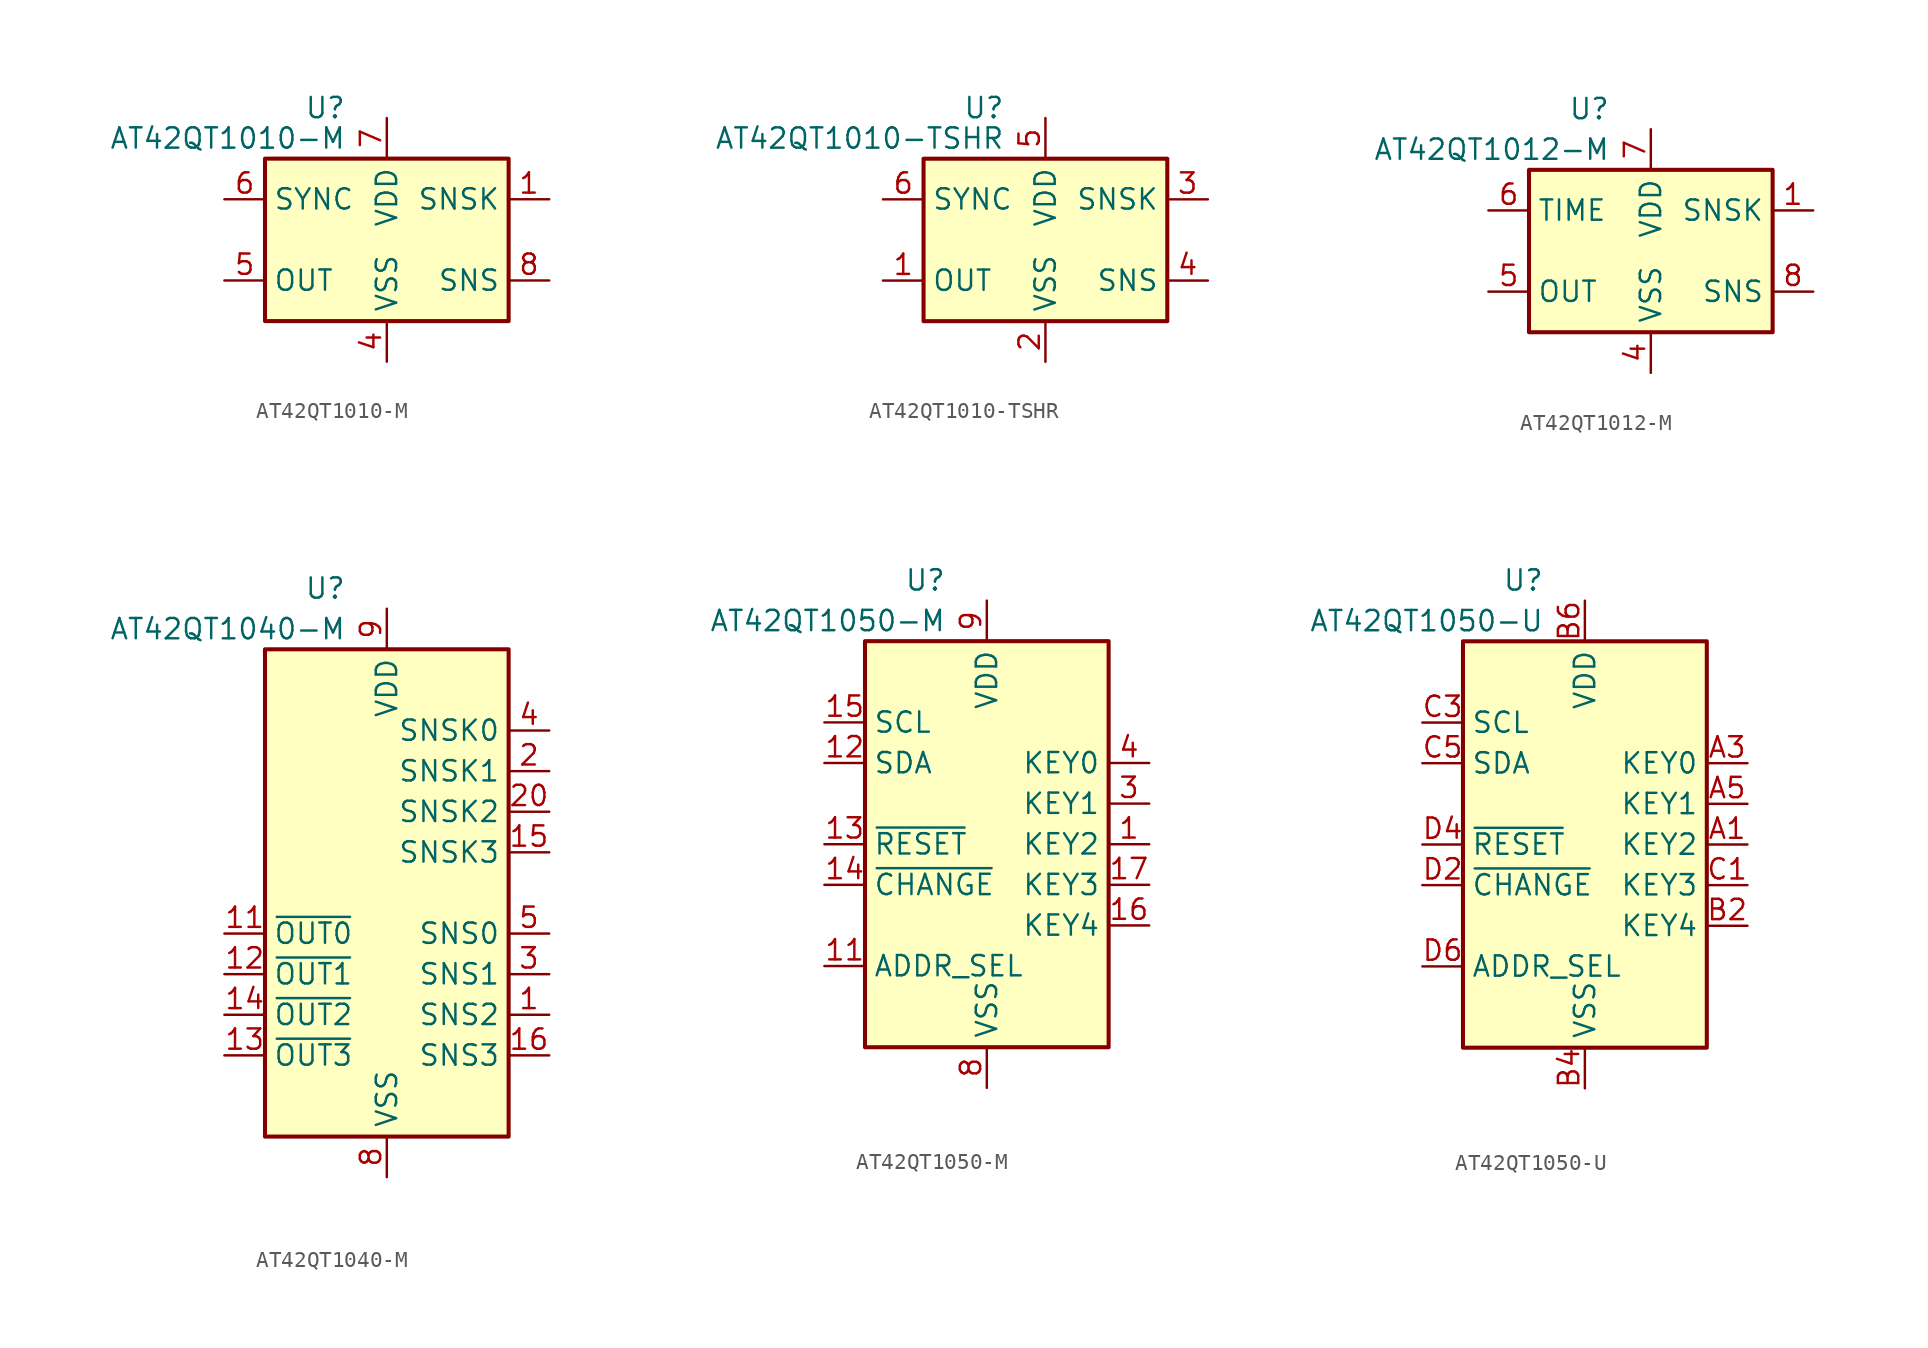
<source format=kicad_sym>
(kicad_symbol_lib
  (version 20211014)
  (generator kicad_symbol_editor)
  (symbol "AT42QT1010-M"
    (property "Reference" "U"
      (at -2.54 8.255 0)
      (effects (font (size 1.27 1.27)) (justify right)))
    (property "Value" "AT42QT1010-M"
      (at -2.54 6.35 0)
      (effects (font (size 1.27 1.27)) (justify right)))
    (symbol "AT42QT1010-M_0_1"
      (rectangle (start -7.62 5.08) (end 7.62 -5.08) (stroke (width 0.254) (type default) (color 0 0 0 0)) (fill (type background))))
    (symbol "AT42QT1010-M_1_1"
      (pin passive line (at 10.16 2.54 180) (length 2.54) (name "SNSK" (effects (font (size 1.27 1.27)))) (number "1" (effects (font (size 1.27 1.27)))))
      (pin no_connect line (at -7.62 0 0) (length 2.54) hide (name "NC" (effects (font (size 1.27 1.27)))) (number "2" (effects (font (size 1.27 1.27)))))
      (pin no_connect line (at 7.62 0 180) (length 2.54) hide (name "NC" (effects (font (size 1.27 1.27)))) (number "3" (effects (font (size 1.27 1.27)))))
      (pin power_in line (at 0 -7.62 90) (length 2.54) (name "VSS" (effects (font (size 1.27 1.27)))) (number "4" (effects (font (size 1.27 1.27)))))
      (pin output line (at -10.16 -2.54 0) (length 2.54) (name "OUT" (effects (font (size 1.27 1.27)))) (number "5" (effects (font (size 1.27 1.27)))))
      (pin input line (at -10.16 2.54 0) (length 2.54) (name "SYNC" (effects (font (size 1.27 1.27)))) (number "6" (effects (font (size 1.27 1.27)))))
      (pin power_in line (at 0 7.62 270) (length 2.54) (name "VDD" (effects (font (size 1.27 1.27)))) (number "7" (effects (font (size 1.27 1.27)))))
      (pin passive line (at 10.16 -2.54 180) (length 2.54) (name "SNS" (effects (font (size 1.27 1.27)))) (number "8" (effects (font (size 1.27 1.27)))))
      (pin passive line (at 0 -7.62 90) (length 2.54) hide (name "VSS" (effects (font (size 1.27 1.27)))) (number "9" (effects (font (size 1.27 1.27)))))))
  (symbol "AT42QT1010-TSHR"
    (property "Reference" "U"
      (at -2.54 8.255 0)
      (effects (font (size 1.27 1.27)) (justify right)))
    (property "Value" "AT42QT1010-TSHR"
      (at -2.54 6.35 0)
      (effects (font (size 1.27 1.27)) (justify right)))
    (symbol "AT42QT1010-TSHR_0_1"
      (rectangle (start -7.62 5.08) (end 7.62 -5.08) (stroke (width 0.254) (type default) (color 0 0 0 0)) (fill (type background))))
    (symbol "AT42QT1010-TSHR_1_1"
      (pin output line (at -10.16 -2.54 0) (length 2.54) (name "OUT" (effects (font (size 1.27 1.27)))) (number "1" (effects (font (size 1.27 1.27)))))
      (pin power_in line (at 0 -7.62 90) (length 2.54) (name "VSS" (effects (font (size 1.27 1.27)))) (number "2" (effects (font (size 1.27 1.27)))))
      (pin passive line (at 10.16 2.54 180) (length 2.54) (name "SNSK" (effects (font (size 1.27 1.27)))) (number "3" (effects (font (size 1.27 1.27)))))
      (pin passive line (at 10.16 -2.54 180) (length 2.54) (name "SNS" (effects (font (size 1.27 1.27)))) (number "4" (effects (font (size 1.27 1.27)))))
      (pin power_in line (at 0 7.62 270) (length 2.54) (name "VDD" (effects (font (size 1.27 1.27)))) (number "5" (effects (font (size 1.27 1.27)))))
      (pin input line (at -10.16 2.54 0) (length 2.54) (name "SYNC" (effects (font (size 1.27 1.27)))) (number "6" (effects (font (size 1.27 1.27)))))))
  (symbol "AT42QT1012-M"
    (property "Reference" "U"
      (at -2.54 8.89 0)
      (effects (font (size 1.27 1.27)) (justify right)))
    (property "Value" "AT42QT1012-M"
      (at -2.54 6.35 0)
      (effects (font (size 1.27 1.27)) (justify right)))
    (symbol "AT42QT1012-M_0_1"
      (rectangle (start -7.62 5.08) (end 7.62 -5.08) (stroke (width 0.254) (type default) (color 0 0 0 0)) (fill (type background))))
    (symbol "AT42QT1012-M_1_1"
      (pin passive line (at 10.16 2.54 180) (length 2.54) (name "SNSK" (effects (font (size 1.27 1.27)))) (number "1" (effects (font (size 1.27 1.27)))))
      (pin no_connect line (at -7.62 0 0) (length 2.54) hide (name "NC" (effects (font (size 1.27 1.27)))) (number "2" (effects (font (size 1.27 1.27)))))
      (pin no_connect line (at 7.62 0 180) (length 2.54) hide (name "NC" (effects (font (size 1.27 1.27)))) (number "3" (effects (font (size 1.27 1.27)))))
      (pin power_in line (at 0 -7.62 90) (length 2.54) (name "VSS" (effects (font (size 1.27 1.27)))) (number "4" (effects (font (size 1.27 1.27)))))
      (pin output line (at -10.16 -2.54 0) (length 2.54) (name "OUT" (effects (font (size 1.27 1.27)))) (number "5" (effects (font (size 1.27 1.27)))))
      (pin input line (at -10.16 2.54 0) (length 2.54) (name "TIME" (effects (font (size 1.27 1.27)))) (number "6" (effects (font (size 1.27 1.27)))))
      (pin power_in line (at 0 7.62 270) (length 2.54) (name "VDD" (effects (font (size 1.27 1.27)))) (number "7" (effects (font (size 1.27 1.27)))))
      (pin passive line (at 10.16 -2.54 180) (length 2.54) (name "SNS" (effects (font (size 1.27 1.27)))) (number "8" (effects (font (size 1.27 1.27)))))
      (pin passive line (at 0 -7.62 90) (length 2.54) hide (name "VSS" (effects (font (size 1.27 1.27)))) (number "9" (effects (font (size 1.27 1.27)))))))
  (symbol "AT42QT1040-M"
    (property "Reference" "U"
      (at -2.54 19.05 0)
      (effects (font (size 1.27 1.27)) (justify right)))
    (property "Value" "AT42QT1040-M"
      (at -2.54 16.51 0)
      (effects (font (size 1.27 1.27)) (justify right)))
    (symbol "AT42QT1040-M_0_1"
      (rectangle (start -7.62 15.24) (end 7.62 -15.24) (stroke (width 0.254) (type default) (color 0 0 0 0)) (fill (type background))))
    (symbol "AT42QT1040-M_1_1"
      (pin passive line (at 10.16 -7.62 180) (length 2.54) (name "SNS2" (effects (font (size 1.27 1.27)))) (number "1" (effects (font (size 1.27 1.27)))))
      (pin no_connect line (at -7.62 7.62 0) (length 2.54) hide (name "NC" (effects (font (size 1.27 1.27)))) (number "10" (effects (font (size 1.27 1.27)))))
      (pin open_collector line (at -10.16 -2.54 0) (length 2.54) (name "~{OUT0}" (effects (font (size 1.27 1.27)))) (number "11" (effects (font (size 1.27 1.27)))))
      (pin open_collector line (at -10.16 -5.08 0) (length 2.54) (name "~{OUT1}" (effects (font (size 1.27 1.27)))) (number "12" (effects (font (size 1.27 1.27)))))
      (pin open_collector line (at -10.16 -10.16 0) (length 2.54) (name "~{OUT3}" (effects (font (size 1.27 1.27)))) (number "13" (effects (font (size 1.27 1.27)))))
      (pin open_collector line (at -10.16 -7.62 0) (length 2.54) (name "~{OUT2}" (effects (font (size 1.27 1.27)))) (number "14" (effects (font (size 1.27 1.27)))))
      (pin passive line (at 10.16 2.54 180) (length 2.54) (name "SNSK3" (effects (font (size 1.27 1.27)))) (number "15" (effects (font (size 1.27 1.27)))))
      (pin passive line (at 10.16 -10.16 180) (length 2.54) (name "SNS3" (effects (font (size 1.27 1.27)))) (number "16" (effects (font (size 1.27 1.27)))))
      (pin no_connect line (at -7.62 5.08 0) (length 2.54) hide (name "NC" (effects (font (size 1.27 1.27)))) (number "17" (effects (font (size 1.27 1.27)))))
      (pin no_connect line (at -7.62 2.54 0) (length 2.54) hide (name "NC" (effects (font (size 1.27 1.27)))) (number "18" (effects (font (size 1.27 1.27)))))
      (pin no_connect line (at -7.62 0 0) (length 2.54) hide (name "NC" (effects (font (size 1.27 1.27)))) (number "19" (effects (font (size 1.27 1.27)))))
      (pin passive line (at 10.16 7.62 180) (length 2.54) (name "SNSK1" (effects (font (size 1.27 1.27)))) (number "2" (effects (font (size 1.27 1.27)))))
      (pin passive line (at 10.16 5.08 180) (length 2.54) (name "SNSK2" (effects (font (size 1.27 1.27)))) (number "20" (effects (font (size 1.27 1.27)))))
      (pin passive line (at 0 -17.78 90) (length 2.54) hide (name "VSS" (effects (font (size 1.27 1.27)))) (number "21" (effects (font (size 1.27 1.27)))))
      (pin passive line (at 10.16 -5.08 180) (length 2.54) (name "SNS1" (effects (font (size 1.27 1.27)))) (number "3" (effects (font (size 1.27 1.27)))))
      (pin passive line (at 10.16 10.16 180) (length 2.54) (name "SNSK0" (effects (font (size 1.27 1.27)))) (number "4" (effects (font (size 1.27 1.27)))))
      (pin passive line (at 10.16 -2.54 180) (length 2.54) (name "SNS0" (effects (font (size 1.27 1.27)))) (number "5" (effects (font (size 1.27 1.27)))))
      (pin no_connect line (at -7.62 12.7 0) (length 2.54) hide (name "NC" (effects (font (size 1.27 1.27)))) (number "6" (effects (font (size 1.27 1.27)))))
      (pin no_connect line (at -7.62 10.16 0) (length 2.54) hide (name "NC" (effects (font (size 1.27 1.27)))) (number "7" (effects (font (size 1.27 1.27)))))
      (pin power_in line (at 0 -17.78 90) (length 2.54) (name "VSS" (effects (font (size 1.27 1.27)))) (number "8" (effects (font (size 1.27 1.27)))))
      (pin power_in line (at 0 17.78 270) (length 2.54) (name "VDD" (effects (font (size 1.27 1.27)))) (number "9" (effects (font (size 1.27 1.27)))))))
  (symbol "AT42QT1050-M"
    (property "Reference" "U"
      (at -2.54 16.51 0)
      (effects (font (size 1.27 1.27)) (justify right)))
    (property "Value" "AT42QT1050-M"
      (at -2.54 13.97 0)
      (effects (font (size 1.27 1.27)) (justify right)))
    (symbol "AT42QT1050-M_0_1"
      (rectangle (start -7.62 12.7) (end 7.62 -12.7) (stroke (width 0.254) (type default) (color 0 0 0 0)) (fill (type background))))
    (symbol "AT42QT1050-M_1_1"
      (pin passive line (at 10.16 0 180) (length 2.54) (name "KEY2" (effects (font (size 1.27 1.27)))) (number "1" (effects (font (size 1.27 1.27)))))
      (pin no_connect line (at 7.62 10.16 180) (length 2.54) hide (name "NC" (effects (font (size 1.27 1.27)))) (number "10" (effects (font (size 1.27 1.27)))))
      (pin input line (at -10.16 -7.62 0) (length 2.54) (name "ADDR_SEL" (effects (font (size 1.27 1.27)))) (number "11" (effects (font (size 1.27 1.27)))))
      (pin bidirectional line (at -10.16 5.08 0) (length 2.54) (name "SDA" (effects (font (size 1.27 1.27)))) (number "12" (effects (font (size 1.27 1.27)))))
      (pin input line (at -10.16 0 0) (length 2.54) (name "~{RESET}" (effects (font (size 1.27 1.27)))) (number "13" (effects (font (size 1.27 1.27)))))
      (pin open_collector line (at -10.16 -2.54 0) (length 2.54) (name "~{CHANGE}" (effects (font (size 1.27 1.27)))) (number "14" (effects (font (size 1.27 1.27)))))
      (pin input line (at -10.16 7.62 0) (length 2.54) (name "SCL" (effects (font (size 1.27 1.27)))) (number "15" (effects (font (size 1.27 1.27)))))
      (pin passive line (at 10.16 -5.08 180) (length 2.54) (name "KEY4" (effects (font (size 1.27 1.27)))) (number "16" (effects (font (size 1.27 1.27)))))
      (pin passive line (at 10.16 -2.54 180) (length 2.54) (name "KEY3" (effects (font (size 1.27 1.27)))) (number "17" (effects (font (size 1.27 1.27)))))
      (pin no_connect line (at 7.62 7.62 180) (length 2.54) hide (name "NC" (effects (font (size 1.27 1.27)))) (number "18" (effects (font (size 1.27 1.27)))))
      (pin no_connect line (at 7.62 -7.62 180) (length 2.54) hide (name "NC" (effects (font (size 1.27 1.27)))) (number "19" (effects (font (size 1.27 1.27)))))
      (pin no_connect line (at -7.62 10.16 0) (length 2.54) hide (name "NC" (effects (font (size 1.27 1.27)))) (number "2" (effects (font (size 1.27 1.27)))))
      (pin no_connect line (at 7.62 -10.16 180) (length 2.54) hide (name "NC" (effects (font (size 1.27 1.27)))) (number "20" (effects (font (size 1.27 1.27)))))
      (pin passive line (at 0 -15.24 90) (length 2.54) hide (name "VSS" (effects (font (size 1.27 1.27)))) (number "21" (effects (font (size 1.27 1.27)))))
      (pin passive line (at 10.16 2.54 180) (length 2.54) (name "KEY1" (effects (font (size 1.27 1.27)))) (number "3" (effects (font (size 1.27 1.27)))))
      (pin passive line (at 10.16 5.08 180) (length 2.54) (name "KEY0" (effects (font (size 1.27 1.27)))) (number "4" (effects (font (size 1.27 1.27)))))
      (pin no_connect line (at -7.62 2.54 0) (length 2.54) hide (name "NC" (effects (font (size 1.27 1.27)))) (number "5" (effects (font (size 1.27 1.27)))))
      (pin no_connect line (at -7.62 -5.08 0) (length 2.54) hide (name "NC" (effects (font (size 1.27 1.27)))) (number "6" (effects (font (size 1.27 1.27)))))
      (pin no_connect line (at -7.62 -10.16 0) (length 2.54) hide (name "NC" (effects (font (size 1.27 1.27)))) (number "7" (effects (font (size 1.27 1.27)))))
      (pin power_in line (at 0 -15.24 90) (length 2.54) (name "VSS" (effects (font (size 1.27 1.27)))) (number "8" (effects (font (size 1.27 1.27)))))
      (pin power_in line (at 0 15.24 270) (length 2.54) (name "VDD" (effects (font (size 1.27 1.27)))) (number "9" (effects (font (size 1.27 1.27)))))))
  (symbol "AT42QT1050-U"
    (property "Reference" "U"
      (at -2.54 16.51 0)
      (effects (font (size 1.27 1.27)) (justify right)))
    (property "Value" "AT42QT1050-U"
      (at -2.54 13.97 0)
      (effects (font (size 1.27 1.27)) (justify right)))
    (symbol "AT42QT1050-U_0_1"
      (rectangle (start -7.62 12.7) (end 7.62 -12.7) (stroke (width 0.254) (type default) (color 0 0 0 0)) (fill (type background))))
    (symbol "AT42QT1050-U_1_1"
      (pin passive line (at 10.16 0 180) (length 2.54) (name "KEY2" (effects (font (size 1.27 1.27)))) (number "A1" (effects (font (size 1.27 1.27)))))
      (pin passive line (at 10.16 5.08 180) (length 2.54) (name "KEY0" (effects (font (size 1.27 1.27)))) (number "A3" (effects (font (size 1.27 1.27)))))
      (pin passive line (at 10.16 2.54 180) (length 2.54) (name "KEY1" (effects (font (size 1.27 1.27)))) (number "A5" (effects (font (size 1.27 1.27)))))
      (pin passive line (at 10.16 -5.08 180) (length 2.54) (name "KEY4" (effects (font (size 1.27 1.27)))) (number "B2" (effects (font (size 1.27 1.27)))))
      (pin power_in line (at 0 -15.24 90) (length 2.54) (name "VSS" (effects (font (size 1.27 1.27)))) (number "B4" (effects (font (size 1.27 1.27)))))
      (pin power_in line (at 0 15.24 270) (length 2.54) (name "VDD" (effects (font (size 1.27 1.27)))) (number "B6" (effects (font (size 1.27 1.27)))))
      (pin passive line (at 10.16 -2.54 180) (length 2.54) (name "KEY3" (effects (font (size 1.27 1.27)))) (number "C1" (effects (font (size 1.27 1.27)))))
      (pin input line (at -10.16 7.62 0) (length 2.54) (name "SCL" (effects (font (size 1.27 1.27)))) (number "C3" (effects (font (size 1.27 1.27)))))
      (pin bidirectional line (at -10.16 5.08 0) (length 2.54) (name "SDA" (effects (font (size 1.27 1.27)))) (number "C5" (effects (font (size 1.27 1.27)))))
      (pin open_collector line (at -10.16 -2.54 0) (length 2.54) (name "~{CHANGE}" (effects (font (size 1.27 1.27)))) (number "D2" (effects (font (size 1.27 1.27)))))
      (pin input line (at -10.16 0 0) (length 2.54) (name "~{RESET}" (effects (font (size 1.27 1.27)))) (number "D4" (effects (font (size 1.27 1.27)))))
      (pin input line (at -10.16 -7.62 0) (length 2.54) (name "ADDR_SEL" (effects (font (size 1.27 1.27)))) (number "D6" (effects (font (size 1.27 1.27))))))))
</source>
